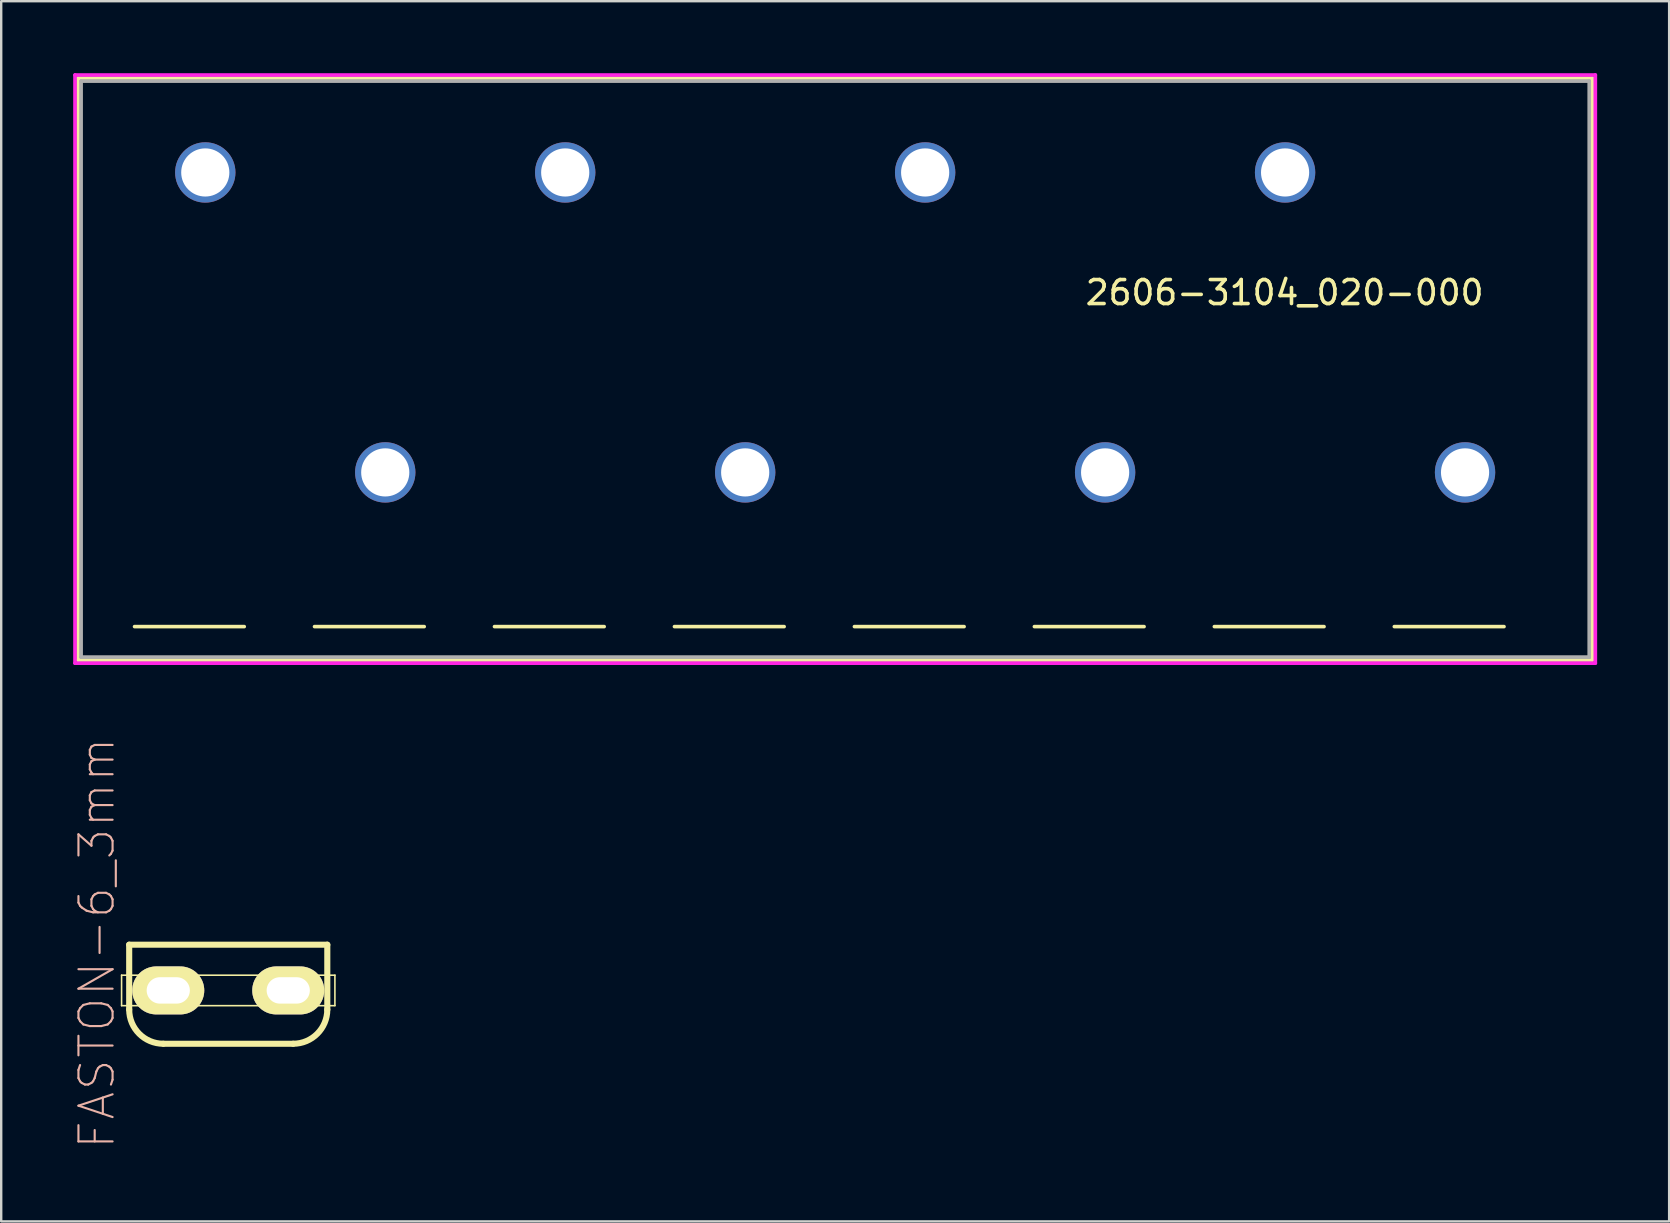
<source format=kicad_pcb>
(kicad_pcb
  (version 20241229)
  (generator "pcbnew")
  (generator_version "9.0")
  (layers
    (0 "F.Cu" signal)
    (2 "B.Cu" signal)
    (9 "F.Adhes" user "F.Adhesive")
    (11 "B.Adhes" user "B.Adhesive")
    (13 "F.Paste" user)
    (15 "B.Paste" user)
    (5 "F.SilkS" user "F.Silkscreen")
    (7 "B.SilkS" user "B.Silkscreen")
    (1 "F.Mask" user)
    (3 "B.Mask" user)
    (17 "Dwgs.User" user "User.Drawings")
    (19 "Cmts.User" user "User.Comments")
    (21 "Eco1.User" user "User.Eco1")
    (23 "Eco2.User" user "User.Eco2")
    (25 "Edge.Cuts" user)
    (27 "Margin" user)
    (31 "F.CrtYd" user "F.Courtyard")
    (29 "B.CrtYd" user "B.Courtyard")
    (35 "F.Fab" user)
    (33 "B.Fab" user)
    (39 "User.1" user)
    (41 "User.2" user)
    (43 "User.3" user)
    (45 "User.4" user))
  (footprint "FASTON-6_3mm"
    (layer "F.Cu")
    (at 6.462 38.225)
    (property "Reference" "FASTON-6_3mm" (at -5.474 -1.968 90) (layer "B.SilkS") (effects (font (size 1.422 1.422) (thickness 0.089))))
    (attr exclude_from_pos_files exclude_from_bom)
    (fp_line (start -4.445 -0.635) (end -3.493 -0.635) (stroke (width 0.066) (type solid)) (layer "F.SilkS"))
    (fp_line (start -4.445 0.635) (end -4.445 -0.635) (stroke (width 0.066) (type solid)) (layer "F.SilkS"))
    (fp_line (start -4.445 0.635) (end -3.493 0.635) (stroke (width 0.066) (type solid)) (layer "F.SilkS"))
    (fp_line (start -4.128 -1.905) (end 4.128 -1.905) (stroke (width 0.254) (type solid)) (layer "F.SilkS"))
    (fp_line (start -4.128 0.8) (end -4.128 -1.905) (stroke (width 0.254) (type solid)) (layer "F.SilkS"))
    (fp_line (start -3.493 -0.635) (end -1.587 -0.635) (stroke (width 0.066) (type solid)) (layer "F.SilkS"))
    (fp_line (start -3.493 0.635) (end -3.493 -0.635) (stroke (width 0.066) (type solid)) (layer "F.SilkS"))
    (fp_line (start -3.493 0.635) (end -3.493 -0.635) (stroke (width 0.066) (type solid)) (layer "F.SilkS"))
    (fp_line (start -3.493 0.635) (end -1.587 0.635) (stroke (width 0.066) (type solid)) (layer "F.SilkS"))
    (fp_line (start -1.587 -0.635) (end 1.587 -0.635) (stroke (width 0.066) (type solid)) (layer "F.SilkS"))
    (fp_line (start -1.587 0.635) (end -1.587 -0.635) (stroke (width 0.066) (type solid)) (layer "F.SilkS"))
    (fp_line (start -1.587 0.635) (end -1.587 -0.635) (stroke (width 0.066) (type solid)) (layer "F.SilkS"))
    (fp_line (start -1.587 0.635) (end 1.587 0.635) (stroke (width 0.066) (type solid)) (layer "F.SilkS"))
    (fp_line (start 1.587 -0.635) (end 3.493 -0.635) (stroke (width 0.066) (type solid)) (layer "F.SilkS"))
    (fp_line (start 1.587 0.635) (end 1.587 -0.635) (stroke (width 0.066) (type solid)) (layer "F.SilkS"))
    (fp_line (start 1.587 0.635) (end 1.587 -0.635) (stroke (width 0.066) (type solid)) (layer "F.SilkS"))
    (fp_line (start 1.587 0.635) (end 3.493 0.635) (stroke (width 0.066) (type solid)) (layer "F.SilkS"))
    (fp_line (start 2.705 2.223) (end -2.705 2.223) (stroke (width 0.254) (type solid)) (layer "F.SilkS"))
    (fp_line (start 3.493 -0.635) (end 4.445 -0.635) (stroke (width 0.066) (type solid)) (layer "F.SilkS"))
    (fp_line (start 3.493 0.635) (end 3.493 -0.635) (stroke (width 0.066) (type solid)) (layer "F.SilkS"))
    (fp_line (start 3.493 0.635) (end 3.493 -0.635) (stroke (width 0.066) (type solid)) (layer "F.SilkS"))
    (fp_line (start 3.493 0.635) (end 4.445 0.635) (stroke (width 0.066) (type solid)) (layer "F.SilkS"))
    (fp_line (start 4.128 -1.905) (end 4.128 0.8) (stroke (width 0.254) (type solid)) (layer "F.SilkS"))
    (fp_line (start 4.445 0.635) (end 4.445 -0.635) (stroke (width 0.066) (type solid)) (layer "F.SilkS"))
    (fp_arc (start -2.7051 2.2225) (mid -3.710889 1.805889) (end -4.1275 0.8001) (stroke (width 0.254) (type solid)) (layer "F.SilkS"))
    (fp_arc (start 4.1275 0.8001) (mid 3.710889 1.805889) (end 2.7051 2.2225) (stroke (width 0.254) (type solid)) (layer "F.SilkS"))
    (pad "1" thru_hole oval (at -2.5 0) (size 3 2) (drill oval 1.8 1.1) (layers "*.Cu" "F.Mask" "F.SilkS" "F.Paste"))
    (pad "1" thru_hole oval (at 2.5 0) (size 3 2) (drill oval 1.8 1.1) (layers "*.Cu" "F.Mask" "F.SilkS" "F.Paste")))
  (footprint "2606-3104_020-000"
    (layer "F.Cu")
    (at 31.284 10.871)
    (property "Reference" "2606-3104_020-000" (at 19.202 -1.727 180) (layer "F.SilkS") (effects (font (size 1 1) (thickness 0.15))))
    (attr through_hole)
    (fp_line (start -31.081 -10.668) (end -31.081 13.589) (stroke (width 0.152) (type solid)) (layer "F.SilkS"))
    (fp_line (start -31.081 13.589) (end 32.023 13.589) (stroke (width 0.152) (type solid)) (layer "F.SilkS"))
    (fp_line (start -28.727 12.192) (end -24.155 12.192) (stroke (width 0.15) (type solid)) (layer "F.SilkS"))
    (fp_line (start -21.227 12.192) (end -16.655 12.192) (stroke (width 0.15) (type solid)) (layer "F.SilkS"))
    (fp_line (start -13.727 12.192) (end -9.155 12.192) (stroke (width 0.15) (type solid)) (layer "F.SilkS"))
    (fp_line (start -6.227 12.192) (end -1.655 12.192) (stroke (width 0.15) (type solid)) (layer "F.SilkS"))
    (fp_line (start 1.273 12.192) (end 5.845 12.192) (stroke (width 0.15) (type solid)) (layer "F.SilkS"))
    (fp_line (start 8.773 12.192) (end 13.345 12.192) (stroke (width 0.15) (type solid)) (layer "F.SilkS"))
    (fp_line (start 16.273 12.192) (end 20.845 12.192) (stroke (width 0.15) (type solid)) (layer "F.SilkS"))
    (fp_line (start 23.773 12.192) (end 28.345 12.192) (stroke (width 0.15) (type solid)) (layer "F.SilkS"))
    (fp_line (start 32.023 -10.668) (end -31.081 -10.668) (stroke (width 0.152) (type solid)) (layer "F.SilkS"))
    (fp_line (start 32.023 13.589) (end 32.023 -10.668) (stroke (width 0.152) (type solid)) (layer "F.SilkS"))
    (fp_line (start -31.208 -10.795) (end -31.208 13.716) (stroke (width 0.152) (type solid)) (layer "F.CrtYd"))
    (fp_line (start -31.208 13.716) (end 32.15 13.716) (stroke (width 0.152) (type solid)) (layer "F.CrtYd"))
    (fp_line (start 32.15 -10.795) (end -31.208 -10.795) (stroke (width 0.152) (type solid)) (layer "F.CrtYd"))
    (fp_line (start 32.15 13.716) (end 32.15 -10.795) (stroke (width 0.152) (type solid)) (layer "F.CrtYd"))
    (fp_line (start -30.954 -10.541) (end -30.954 13.462) (stroke (width 0.152) (type solid)) (layer "F.Fab"))
    (fp_line (start -30.954 13.462) (end 31.896 13.462) (stroke (width 0.152) (type solid)) (layer "F.Fab"))
    (fp_line (start 31.896 -10.541) (end -30.954 -10.541) (stroke (width 0.152) (type solid)) (layer "F.Fab"))
    (fp_line (start 31.896 13.462) (end 31.896 -10.541) (stroke (width 0.152) (type solid)) (layer "F.Fab"))
    (fp_text user "*" (at 26.721 5.766 180) (layer "F.SilkS") (effects (font (size 1 1) (thickness 0.15))))
    (fp_text user "Copyright 2016 Accelerated Designs. All rights reserved." (at 26.721 5.766 180) (layer "Cmts.User") (effects (font (size 0.127 0.127) (thickness 0.002))))
    (fp_text user "*" (at 26.721 5.766 180) (layer "F.Fab") (effects (font (size 1 1) (thickness 0.15))))
    (pad "1" thru_hole circle (at -25.779 -6.734 180) (size 2.515 2.515) (drill 2.007) (layers "*.Cu" "*.Mask"))
    (pad "2" thru_hole circle (at -18.279 5.766 180) (size 2.515 2.515) (drill 2.007) (layers "*.Cu" "*.Mask"))
    (pad "3" thru_hole circle (at -10.779 -6.734 180) (size 2.515 2.515) (drill 2.007) (layers "*.Cu" "*.Mask"))
    (pad "4" thru_hole circle (at -3.279 5.766 180) (size 2.515 2.515) (drill 2.007) (layers "*.Cu" "*.Mask"))
    (pad "5" thru_hole circle (at 4.221 -6.734 180) (size 2.515 2.515) (drill 2.007) (layers "*.Cu" "*.Mask"))
    (pad "6" thru_hole circle (at 11.721 5.766 180) (size 2.515 2.515) (drill 2.007) (layers "*.Cu" "*.Mask"))
    (pad "7" thru_hole circle (at 19.221 -6.734 180) (size 2.515 2.515) (drill 2.007) (layers "*.Cu" "*.Mask"))
    (pad "8" thru_hole circle (at 26.721 5.766 180) (size 2.515 2.515) (drill 2.007) (layers "*.Cu" "*.Mask")))
  (gr_rect
    (start -3 -3)
    (end 66.51 47.85)
    (stroke (width 0.1) (type default))
    (fill no)
    (layer "Edge.Cuts")))
</source>
